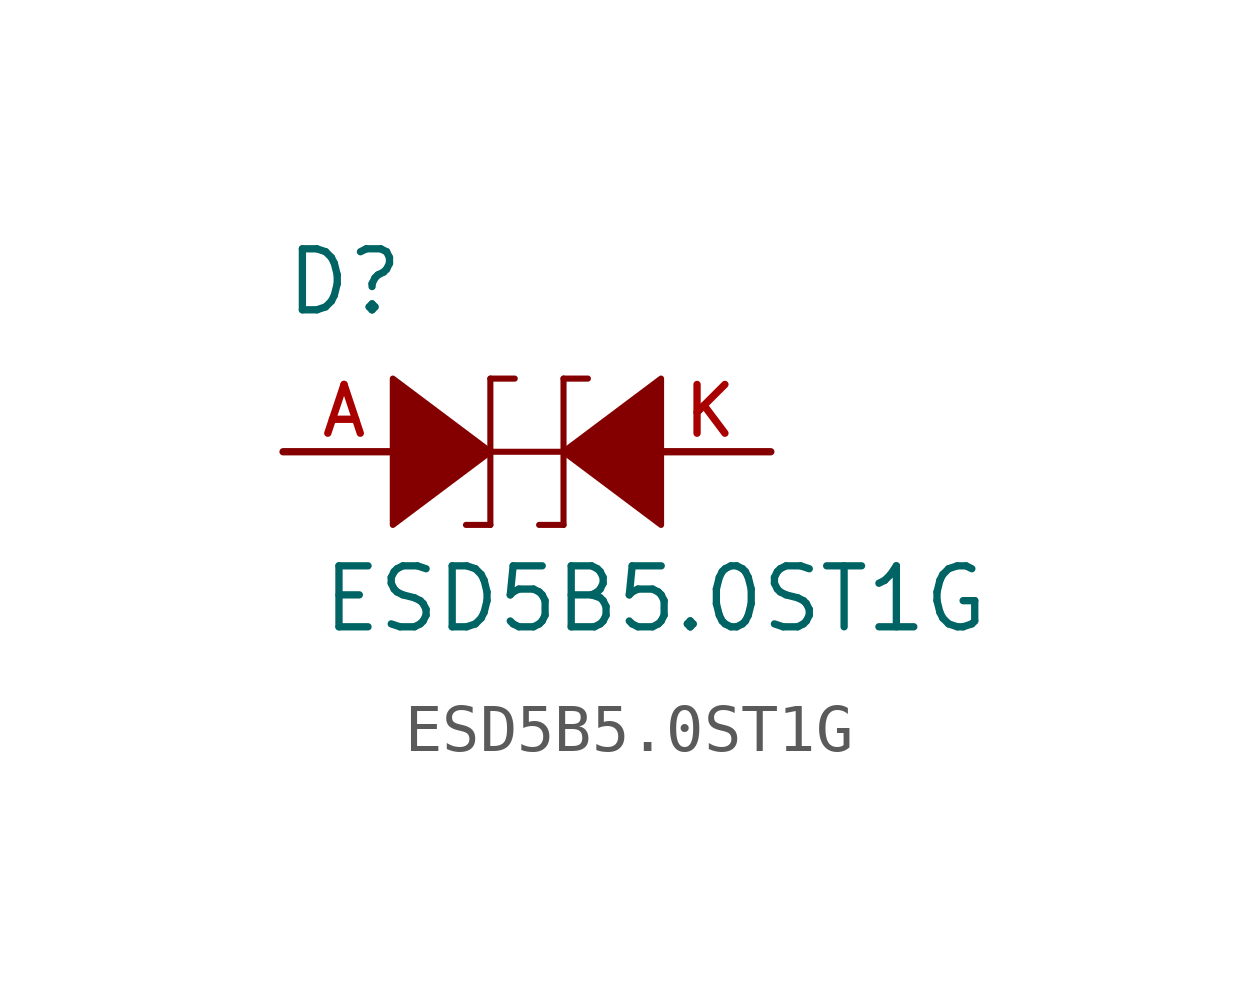
<source format=kicad_sym>
(kicad_symbol_lib
  (version 20211014)
  (generator kicad_symbol_editor)
  (symbol "ESD5B5.0ST1G"
    (pin_names
      (offset 1.016))
    (property "Reference" "D"
      (at -5.08 2.794 0)
      (effects (font (size 1.27 1.27)) (justify bottom left)))
    (property "Value" "ESD5B5.0ST1G"
      (at -4.318 -3.81 0)
      (effects (font (size 1.27 1.27)) (justify bottom left)))
    (symbol "ESD5B5.0ST1G_0_0"
      (polyline (pts (xy -0.762 0.0) (xy 0.762 0.0)) (stroke (width 0.127)))
      (polyline (pts (xy -0.254 1.524) (xy -0.762 1.524)) (stroke (width 0.127)))
      (polyline (pts (xy -0.762 1.524) (xy -0.762 -1.524)) (stroke (width 0.127)))
      (polyline (pts (xy -0.762 -1.524) (xy -1.27 -1.524)) (stroke (width 0.127)))
      (polyline (pts (xy 1.27 1.524) (xy 0.762 1.524)) (stroke (width 0.127)))
      (polyline (pts (xy 0.762 1.524) (xy 0.762 -1.524)) (stroke (width 0.127)))
      (polyline (pts (xy 0.762 -1.524) (xy 0.254 -1.524)) (stroke (width 0.127)))
      (polyline (pts (xy -2.794 -1.524) (xy -2.794 1.524) (xy -0.762 0.0) (xy -2.794 -1.524)) (stroke (width 0.127)) (fill (type outline)))
      (polyline (pts (xy 0.762 0.0) (xy 2.794 1.524) (xy 2.794 -1.524) (xy 0.762 0.0)) (stroke (width 0.127)) (fill (type outline)))
      (pin passive line (at -5.08 0.0 0) (length 2.54) (name "~" (effects (font (size 1.016 1.016)))) (number "A" (effects (font (size 1.016 1.016)))))
      (pin passive line (at 5.08 0.0 180.0) (length 2.54) (name "~" (effects (font (size 1.016 1.016)))) (number "K" (effects (font (size 1.016 1.016))))))))
</source>
